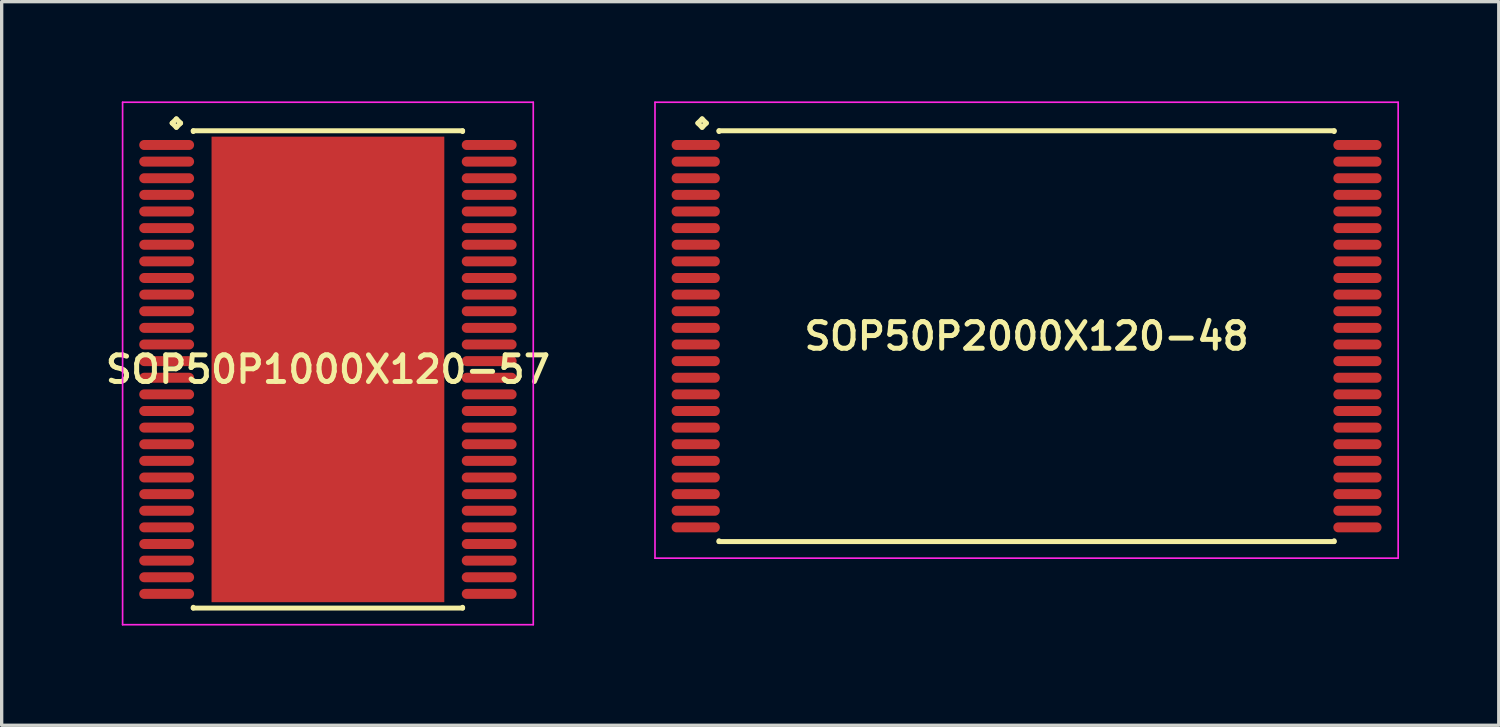
<source format=kicad_pcb>
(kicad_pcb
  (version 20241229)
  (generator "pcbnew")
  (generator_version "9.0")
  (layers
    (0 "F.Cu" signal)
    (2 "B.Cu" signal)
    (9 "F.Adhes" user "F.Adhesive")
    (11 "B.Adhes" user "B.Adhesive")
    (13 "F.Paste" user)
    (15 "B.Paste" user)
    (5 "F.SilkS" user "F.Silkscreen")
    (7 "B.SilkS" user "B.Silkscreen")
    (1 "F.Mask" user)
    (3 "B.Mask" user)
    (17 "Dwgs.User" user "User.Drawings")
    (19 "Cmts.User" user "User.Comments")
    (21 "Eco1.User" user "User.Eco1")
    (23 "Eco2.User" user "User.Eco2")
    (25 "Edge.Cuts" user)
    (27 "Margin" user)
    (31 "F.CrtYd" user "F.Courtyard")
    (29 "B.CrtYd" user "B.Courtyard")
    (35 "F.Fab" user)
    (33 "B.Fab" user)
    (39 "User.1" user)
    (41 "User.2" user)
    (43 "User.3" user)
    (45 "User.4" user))
  (footprint "SOP50P1000X120-57"
    (layer "F.Cu")
    (at 6.812 8.06)
    (property "Reference" "SOP50P1000X120-57" (at 0 0 0) (layer "F.SilkS") (effects (font (size 0.8 0.8) (thickness 0.15))))
    (attr smd)
    (fp_line (start -4.685 -7.408) (end -4.558 -7.535) (stroke (width 0.15) (type solid)) (layer "F.SilkS"))
    (fp_line (start -4.558 -7.535) (end -4.431 -7.408) (stroke (width 0.15) (type solid)) (layer "F.SilkS"))
    (fp_line (start -4.558 -7.281) (end -4.685 -7.408) (stroke (width 0.15) (type solid)) (layer "F.SilkS"))
    (fp_line (start -4.431 -7.408) (end -4.558 -7.281) (stroke (width 0.15) (type solid)) (layer "F.SilkS"))
    (fp_line (start -4.05 -7.177) (end 4.05 -7.177) (stroke (width 0.15) (type solid)) (layer "F.SilkS"))
    (fp_line (start -4.05 -7.154) (end -4.05 -7.177) (stroke (width 0.15) (type solid)) (layer "F.SilkS"))
    (fp_line (start -4.05 7.154) (end -4.05 7.177) (stroke (width 0.15) (type solid)) (layer "F.SilkS"))
    (fp_line (start -4.05 7.177) (end 4.05 7.177) (stroke (width 0.15) (type solid)) (layer "F.SilkS"))
    (fp_line (start 4.05 -7.177) (end 4.05 -7.154) (stroke (width 0.15) (type solid)) (layer "F.SilkS"))
    (fp_line (start 4.05 7.177) (end 4.05 7.154) (stroke (width 0.15) (type solid)) (layer "F.SilkS"))
    (fp_line (start -6.175 -8.035) (end 6.175 -8.035) (stroke (width 0.05) (type solid)) (layer "F.CrtYd"))
    (fp_line (start -6.175 7.677) (end -6.175 -8.035) (stroke (width 0.05) (type solid)) (layer "F.CrtYd"))
    (fp_line (start 6.175 -8.035) (end 6.175 7.677) (stroke (width 0.05) (type solid)) (layer "F.CrtYd"))
    (fp_line (start 6.175 7.677) (end -6.175 7.677) (stroke (width 0.05) (type solid)) (layer "F.CrtYd"))
    (pad "1" smd oval (at -4.85 -6.75) (size 1.65 0.3) (layers "F.Cu" "F.Mask" "F.Paste"))
    (pad "2" smd oval (at -4.85 -6.25) (size 1.65 0.3) (layers "F.Cu" "F.Mask" "F.Paste"))
    (pad "3" smd oval (at -4.85 -5.75) (size 1.65 0.3) (layers "F.Cu" "F.Mask" "F.Paste"))
    (pad "4" smd oval (at -4.85 -5.25) (size 1.65 0.3) (layers "F.Cu" "F.Mask" "F.Paste"))
    (pad "5" smd oval (at -4.85 -4.75) (size 1.65 0.3) (layers "F.Cu" "F.Mask" "F.Paste"))
    (pad "6" smd oval (at -4.85 -4.25) (size 1.65 0.3) (layers "F.Cu" "F.Mask" "F.Paste"))
    (pad "7" smd oval (at -4.85 -3.75) (size 1.65 0.3) (layers "F.Cu" "F.Mask" "F.Paste"))
    (pad "8" smd oval (at -4.85 -3.25) (size 1.65 0.3) (layers "F.Cu" "F.Mask" "F.Paste"))
    (pad "9" smd oval (at -4.85 -2.75) (size 1.65 0.3) (layers "F.Cu" "F.Mask" "F.Paste"))
    (pad "10" smd oval (at -4.85 -2.25) (size 1.65 0.3) (layers "F.Cu" "F.Mask" "F.Paste"))
    (pad "11" smd oval (at -4.85 -1.75) (size 1.65 0.3) (layers "F.Cu" "F.Mask" "F.Paste"))
    (pad "12" smd oval (at -4.85 -1.25) (size 1.65 0.3) (layers "F.Cu" "F.Mask" "F.Paste"))
    (pad "13" smd oval (at -4.85 -0.75) (size 1.65 0.3) (layers "F.Cu" "F.Mask" "F.Paste"))
    (pad "14" smd oval (at -4.85 -0.25) (size 1.65 0.3) (layers "F.Cu" "F.Mask" "F.Paste"))
    (pad "15" smd oval (at -4.85 0.25) (size 1.65 0.3) (layers "F.Cu" "F.Mask" "F.Paste"))
    (pad "16" smd oval (at -4.85 0.75) (size 1.65 0.3) (layers "F.Cu" "F.Mask" "F.Paste"))
    (pad "17" smd oval (at -4.85 1.25) (size 1.65 0.3) (layers "F.Cu" "F.Mask" "F.Paste"))
    (pad "18" smd oval (at -4.85 1.75) (size 1.65 0.3) (layers "F.Cu" "F.Mask" "F.Paste"))
    (pad "19" smd oval (at -4.85 2.25) (size 1.65 0.3) (layers "F.Cu" "F.Mask" "F.Paste"))
    (pad "20" smd oval (at -4.85 2.75) (size 1.65 0.3) (layers "F.Cu" "F.Mask" "F.Paste"))
    (pad "21" smd oval (at -4.85 3.25) (size 1.65 0.3) (layers "F.Cu" "F.Mask" "F.Paste"))
    (pad "22" smd oval (at -4.85 3.75) (size 1.65 0.3) (layers "F.Cu" "F.Mask" "F.Paste"))
    (pad "23" smd oval (at -4.85 4.25) (size 1.65 0.3) (layers "F.Cu" "F.Mask" "F.Paste"))
    (pad "24" smd oval (at -4.85 4.75) (size 1.65 0.3) (layers "F.Cu" "F.Mask" "F.Paste"))
    (pad "25" smd oval (at -4.85 5.25) (size 1.65 0.3) (layers "F.Cu" "F.Mask" "F.Paste"))
    (pad "26" smd oval (at -4.85 5.75) (size 1.65 0.3) (layers "F.Cu" "F.Mask" "F.Paste"))
    (pad "27" smd oval (at -4.85 6.25) (size 1.65 0.3) (layers "F.Cu" "F.Mask" "F.Paste"))
    (pad "28" smd oval (at -4.85 6.75) (size 1.65 0.3) (layers "F.Cu" "F.Mask" "F.Paste"))
    (pad "29" smd oval (at 4.85 6.75) (size 1.65 0.3) (layers "F.Cu" "F.Mask" "F.Paste"))
    (pad "30" smd oval (at 4.85 6.25) (size 1.65 0.3) (layers "F.Cu" "F.Mask" "F.Paste"))
    (pad "31" smd oval (at 4.85 5.75) (size 1.65 0.3) (layers "F.Cu" "F.Mask" "F.Paste"))
    (pad "32" smd oval (at 4.85 5.25) (size 1.65 0.3) (layers "F.Cu" "F.Mask" "F.Paste"))
    (pad "33" smd oval (at 4.85 4.75) (size 1.65 0.3) (layers "F.Cu" "F.Mask" "F.Paste"))
    (pad "34" smd oval (at 4.85 4.25) (size 1.65 0.3) (layers "F.Cu" "F.Mask" "F.Paste"))
    (pad "35" smd oval (at 4.85 3.75) (size 1.65 0.3) (layers "F.Cu" "F.Mask" "F.Paste"))
    (pad "36" smd oval (at 4.85 3.25) (size 1.65 0.3) (layers "F.Cu" "F.Mask" "F.Paste"))
    (pad "37" smd oval (at 4.85 2.75) (size 1.65 0.3) (layers "F.Cu" "F.Mask" "F.Paste"))
    (pad "38" smd oval (at 4.85 2.25) (size 1.65 0.3) (layers "F.Cu" "F.Mask" "F.Paste"))
    (pad "39" smd oval (at 4.85 1.75) (size 1.65 0.3) (layers "F.Cu" "F.Mask" "F.Paste"))
    (pad "40" smd oval (at 4.85 1.25) (size 1.65 0.3) (layers "F.Cu" "F.Mask" "F.Paste"))
    (pad "41" smd oval (at 4.85 0.75) (size 1.65 0.3) (layers "F.Cu" "F.Mask" "F.Paste"))
    (pad "42" smd oval (at 4.85 0.25) (size 1.65 0.3) (layers "F.Cu" "F.Mask" "F.Paste"))
    (pad "43" smd oval (at 4.85 -0.25) (size 1.65 0.3) (layers "F.Cu" "F.Mask" "F.Paste"))
    (pad "44" smd oval (at 4.85 -0.75) (size 1.65 0.3) (layers "F.Cu" "F.Mask" "F.Paste"))
    (pad "45" smd oval (at 4.85 -1.25) (size 1.65 0.3) (layers "F.Cu" "F.Mask" "F.Paste"))
    (pad "46" smd oval (at 4.85 -1.75) (size 1.65 0.3) (layers "F.Cu" "F.Mask" "F.Paste"))
    (pad "47" smd oval (at 4.85 -2.25) (size 1.65 0.3) (layers "F.Cu" "F.Mask" "F.Paste"))
    (pad "48" smd oval (at 4.85 -2.75) (size 1.65 0.3) (layers "F.Cu" "F.Mask" "F.Paste"))
    (pad "49" smd oval (at 4.85 -3.25) (size 1.65 0.3) (layers "F.Cu" "F.Mask" "F.Paste"))
    (pad "50" smd oval (at 4.85 -3.75) (size 1.65 0.3) (layers "F.Cu" "F.Mask" "F.Paste"))
    (pad "51" smd oval (at 4.85 -4.25) (size 1.65 0.3) (layers "F.Cu" "F.Mask" "F.Paste"))
    (pad "52" smd oval (at 4.85 -4.75) (size 1.65 0.3) (layers "F.Cu" "F.Mask" "F.Paste"))
    (pad "53" smd oval (at 4.85 -5.25) (size 1.65 0.3) (layers "F.Cu" "F.Mask" "F.Paste"))
    (pad "54" smd oval (at 4.85 -5.75) (size 1.65 0.3) (layers "F.Cu" "F.Mask" "F.Paste"))
    (pad "55" smd oval (at 4.85 -6.25) (size 1.65 0.3) (layers "F.Cu" "F.Mask" "F.Paste"))
    (pad "56" smd oval (at 4.85 -6.75) (size 1.65 0.3) (layers "F.Cu" "F.Mask" "F.Paste"))
    (pad "57" smd rect (at 0 0) (size 7 14) (layers "F.Cu" "F.Mask" "F.Paste")))
  (footprint "SOP50P2000X120-48"
    (layer "F.Cu")
    (at 27.823 7.06)
    (property "Reference" "SOP50P2000X120-48" (at 0 0 0) (layer "F.SilkS") (effects (font (size 0.8 0.8) (thickness 0.15))))
    (attr smd)
    (fp_line (start -9.885 -6.408) (end -9.758 -6.535) (stroke (width 0.15) (type solid)) (layer "F.SilkS"))
    (fp_line (start -9.758 -6.535) (end -9.631 -6.408) (stroke (width 0.15) (type solid)) (layer "F.SilkS"))
    (fp_line (start -9.758 -6.281) (end -9.885 -6.408) (stroke (width 0.15) (type solid)) (layer "F.SilkS"))
    (fp_line (start -9.631 -6.408) (end -9.758 -6.281) (stroke (width 0.15) (type solid)) (layer "F.SilkS"))
    (fp_line (start -9.25 -6.177) (end 9.25 -6.177) (stroke (width 0.15) (type solid)) (layer "F.SilkS"))
    (fp_line (start -9.25 -6.154) (end -9.25 -6.177) (stroke (width 0.15) (type solid)) (layer "F.SilkS"))
    (fp_line (start -9.25 6.154) (end -9.25 6.177) (stroke (width 0.15) (type solid)) (layer "F.SilkS"))
    (fp_line (start -9.25 6.177) (end 9.25 6.177) (stroke (width 0.15) (type solid)) (layer "F.SilkS"))
    (fp_line (start 9.25 -6.177) (end 9.25 -6.154) (stroke (width 0.15) (type solid)) (layer "F.SilkS"))
    (fp_line (start 9.25 6.177) (end 9.25 6.154) (stroke (width 0.15) (type solid)) (layer "F.SilkS"))
    (fp_line (start -11.175 -7.035) (end 11.175 -7.035) (stroke (width 0.05) (type solid)) (layer "F.CrtYd"))
    (fp_line (start -11.175 6.677) (end -11.175 -7.035) (stroke (width 0.05) (type solid)) (layer "F.CrtYd"))
    (fp_line (start 11.175 -7.035) (end 11.175 6.677) (stroke (width 0.05) (type solid)) (layer "F.CrtYd"))
    (fp_line (start 11.175 6.677) (end -11.175 6.677) (stroke (width 0.05) (type solid)) (layer "F.CrtYd"))
    (pad "1" smd oval (at -9.95 -5.75) (size 1.45 0.3) (layers "F.Cu" "F.Mask" "F.Paste"))
    (pad "2" smd oval (at -9.95 -5.25) (size 1.45 0.3) (layers "F.Cu" "F.Mask" "F.Paste"))
    (pad "3" smd oval (at -9.95 -4.75) (size 1.45 0.3) (layers "F.Cu" "F.Mask" "F.Paste"))
    (pad "4" smd oval (at -9.95 -4.25) (size 1.45 0.3) (layers "F.Cu" "F.Mask" "F.Paste"))
    (pad "5" smd oval (at -9.95 -3.75) (size 1.45 0.3) (layers "F.Cu" "F.Mask" "F.Paste"))
    (pad "6" smd oval (at -9.95 -3.25) (size 1.45 0.3) (layers "F.Cu" "F.Mask" "F.Paste"))
    (pad "7" smd oval (at -9.95 -2.75) (size 1.45 0.3) (layers "F.Cu" "F.Mask" "F.Paste"))
    (pad "8" smd oval (at -9.95 -2.25) (size 1.45 0.3) (layers "F.Cu" "F.Mask" "F.Paste"))
    (pad "9" smd oval (at -9.95 -1.75) (size 1.45 0.3) (layers "F.Cu" "F.Mask" "F.Paste"))
    (pad "10" smd oval (at -9.95 -1.25) (size 1.45 0.3) (layers "F.Cu" "F.Mask" "F.Paste"))
    (pad "11" smd oval (at -9.95 -0.75) (size 1.45 0.3) (layers "F.Cu" "F.Mask" "F.Paste"))
    (pad "12" smd oval (at -9.95 -0.25) (size 1.45 0.3) (layers "F.Cu" "F.Mask" "F.Paste"))
    (pad "13" smd oval (at -9.95 0.25) (size 1.45 0.3) (layers "F.Cu" "F.Mask" "F.Paste"))
    (pad "14" smd oval (at -9.95 0.75) (size 1.45 0.3) (layers "F.Cu" "F.Mask" "F.Paste"))
    (pad "15" smd oval (at -9.95 1.25) (size 1.45 0.3) (layers "F.Cu" "F.Mask" "F.Paste"))
    (pad "16" smd oval (at -9.95 1.75) (size 1.45 0.3) (layers "F.Cu" "F.Mask" "F.Paste"))
    (pad "17" smd oval (at -9.95 2.25) (size 1.45 0.3) (layers "F.Cu" "F.Mask" "F.Paste"))
    (pad "18" smd oval (at -9.95 2.75) (size 1.45 0.3) (layers "F.Cu" "F.Mask" "F.Paste"))
    (pad "19" smd oval (at -9.95 3.25) (size 1.45 0.3) (layers "F.Cu" "F.Mask" "F.Paste"))
    (pad "20" smd oval (at -9.95 3.75) (size 1.45 0.3) (layers "F.Cu" "F.Mask" "F.Paste"))
    (pad "21" smd oval (at -9.95 4.25) (size 1.45 0.3) (layers "F.Cu" "F.Mask" "F.Paste"))
    (pad "22" smd oval (at -9.95 4.75) (size 1.45 0.3) (layers "F.Cu" "F.Mask" "F.Paste"))
    (pad "23" smd oval (at -9.95 5.25) (size 1.45 0.3) (layers "F.Cu" "F.Mask" "F.Paste"))
    (pad "24" smd oval (at -9.95 5.75) (size 1.45 0.3) (layers "F.Cu" "F.Mask" "F.Paste"))
    (pad "25" smd oval (at 9.95 5.75) (size 1.45 0.3) (layers "F.Cu" "F.Mask" "F.Paste"))
    (pad "26" smd oval (at 9.95 5.25) (size 1.45 0.3) (layers "F.Cu" "F.Mask" "F.Paste"))
    (pad "27" smd oval (at 9.95 4.75) (size 1.45 0.3) (layers "F.Cu" "F.Mask" "F.Paste"))
    (pad "28" smd oval (at 9.95 4.25) (size 1.45 0.3) (layers "F.Cu" "F.Mask" "F.Paste"))
    (pad "29" smd oval (at 9.95 3.75) (size 1.45 0.3) (layers "F.Cu" "F.Mask" "F.Paste"))
    (pad "30" smd oval (at 9.95 3.25) (size 1.45 0.3) (layers "F.Cu" "F.Mask" "F.Paste"))
    (pad "31" smd oval (at 9.95 2.75) (size 1.45 0.3) (layers "F.Cu" "F.Mask" "F.Paste"))
    (pad "32" smd oval (at 9.95 2.25) (size 1.45 0.3) (layers "F.Cu" "F.Mask" "F.Paste"))
    (pad "33" smd oval (at 9.95 1.75) (size 1.45 0.3) (layers "F.Cu" "F.Mask" "F.Paste"))
    (pad "34" smd oval (at 9.95 1.25) (size 1.45 0.3) (layers "F.Cu" "F.Mask" "F.Paste"))
    (pad "35" smd oval (at 9.95 0.75) (size 1.45 0.3) (layers "F.Cu" "F.Mask" "F.Paste"))
    (pad "36" smd oval (at 9.95 0.25) (size 1.45 0.3) (layers "F.Cu" "F.Mask" "F.Paste"))
    (pad "37" smd oval (at 9.95 -0.25) (size 1.45 0.3) (layers "F.Cu" "F.Mask" "F.Paste"))
    (pad "38" smd oval (at 9.95 -0.75) (size 1.45 0.3) (layers "F.Cu" "F.Mask" "F.Paste"))
    (pad "39" smd oval (at 9.95 -1.25) (size 1.45 0.3) (layers "F.Cu" "F.Mask" "F.Paste"))
    (pad "40" smd oval (at 9.95 -1.75) (size 1.45 0.3) (layers "F.Cu" "F.Mask" "F.Paste"))
    (pad "41" smd oval (at 9.95 -2.25) (size 1.45 0.3) (layers "F.Cu" "F.Mask" "F.Paste"))
    (pad "42" smd oval (at 9.95 -2.75) (size 1.45 0.3) (layers "F.Cu" "F.Mask" "F.Paste"))
    (pad "43" smd oval (at 9.95 -3.25) (size 1.45 0.3) (layers "F.Cu" "F.Mask" "F.Paste"))
    (pad "44" smd oval (at 9.95 -3.75) (size 1.45 0.3) (layers "F.Cu" "F.Mask" "F.Paste"))
    (pad "45" smd oval (at 9.95 -4.25) (size 1.45 0.3) (layers "F.Cu" "F.Mask" "F.Paste"))
    (pad "46" smd oval (at 9.95 -4.75) (size 1.45 0.3) (layers "F.Cu" "F.Mask" "F.Paste"))
    (pad "47" smd oval (at 9.95 -5.25) (size 1.45 0.3) (layers "F.Cu" "F.Mask" "F.Paste"))
    (pad "48" smd oval (at 9.95 -5.75) (size 1.45 0.3) (layers "F.Cu" "F.Mask" "F.Paste")))
  (gr_rect
    (start -3 -3)
    (end 42.023 18.762)
    (stroke (width 0.1) (type default))
    (fill no)
    (layer "Edge.Cuts")))
</source>
